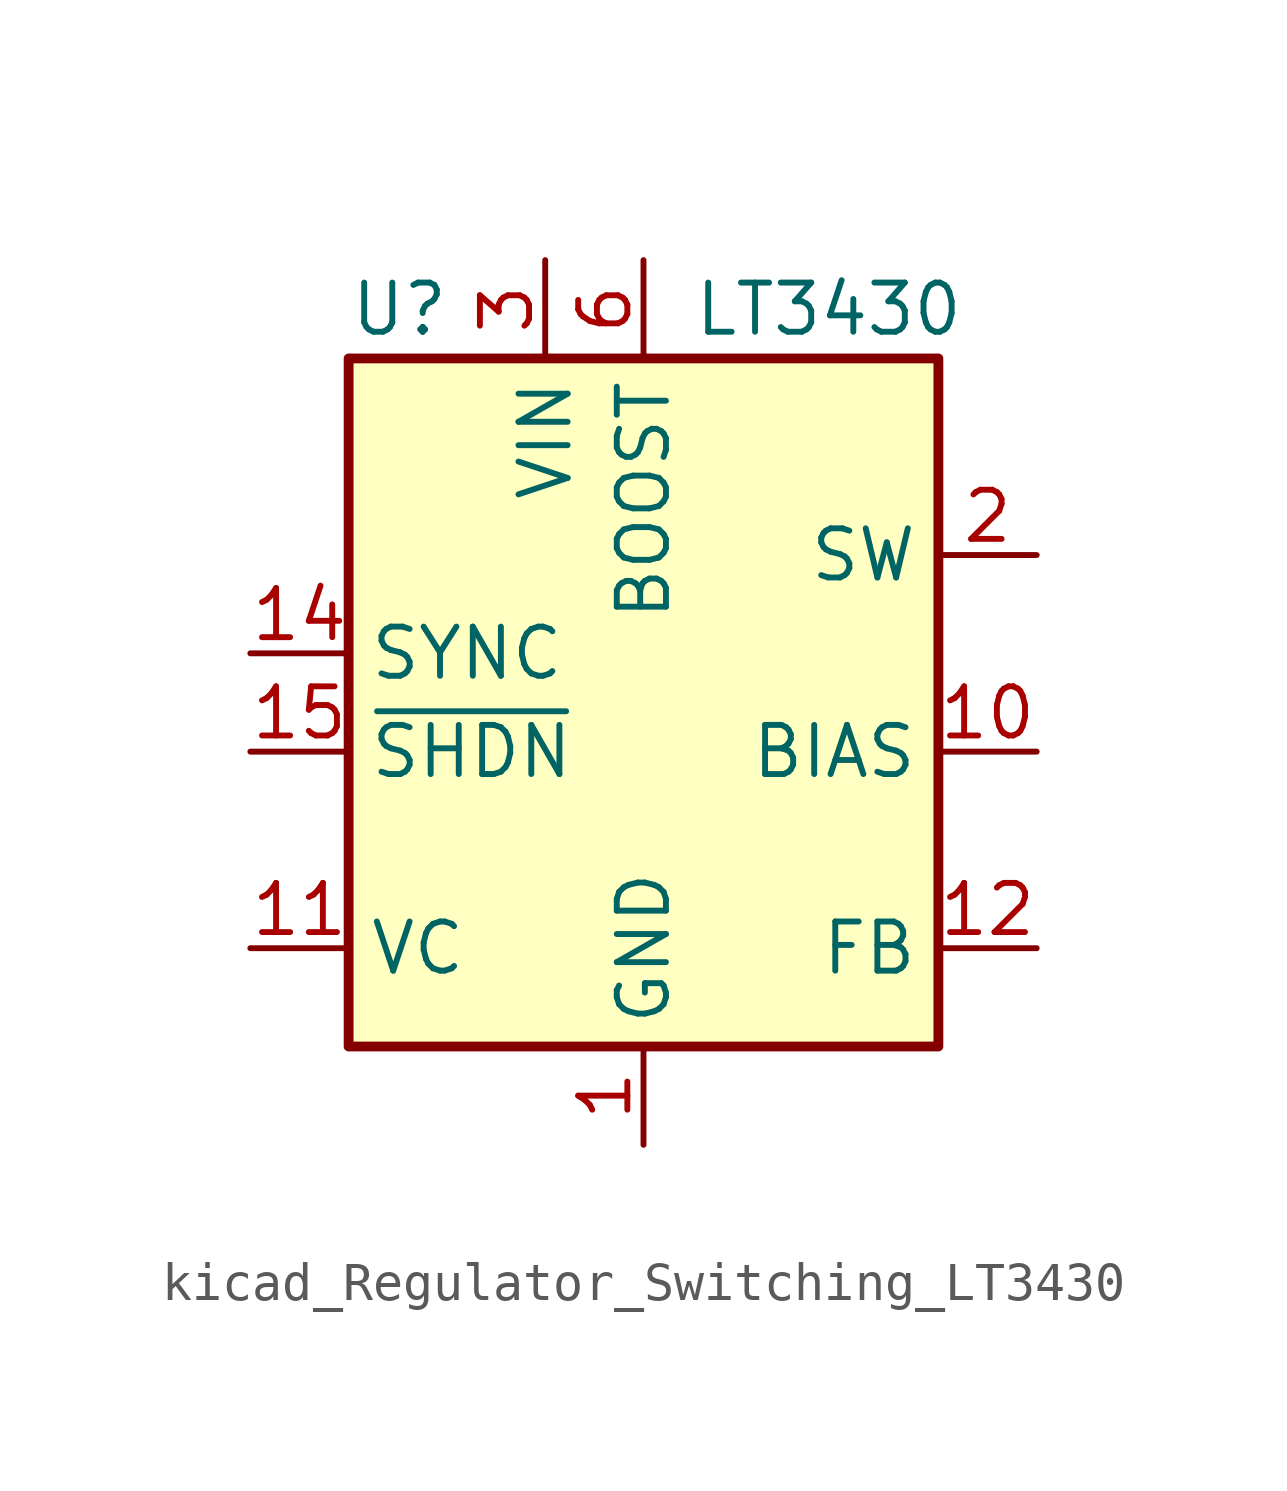
<source format=kicad_sym>
(kicad_symbol_lib
  (version 20220914)
  (generator kicad_symbol_editor)
  (symbol "kicad_Regulator_Switching_LT3430"
    (property "Reference" "U"
      (at -7.62 8.89 0)
      (effects (font (size 1.27 1.27)) (justify left)))
    (property "Value" "LT3430"
      (at 1.27 8.89 0)
      (effects (font (size 1.27 1.27)) (justify left)))
    (symbol "kicad_Regulator_Switching_LT3430_0_1"
      (rectangle (start -7.62 7.62) (end 7.62 -10.16) (stroke (width 0.254) (type default)) (fill (type background))))
    (symbol "kicad_Regulator_Switching_LT3430_1_1"
      (pin power_in line (at 0 -12.7 90) (length 2.54) (name "GND" (effects (font (size 1.27 1.27)))) (number "1" (effects (font (size 1.27 1.27)))))
      (pin input line (at 10.16 -2.54 180) (length 2.54) (name "BIAS" (effects (font (size 1.27 1.27)))) (number "10" (effects (font (size 1.27 1.27)))))
      (pin input line (at -10.16 -7.62 0) (length 2.54) (name "VC" (effects (font (size 1.27 1.27)))) (number "11" (effects (font (size 1.27 1.27)))))
      (pin input line (at 10.16 -7.62 180) (length 2.54) (name "FB" (effects (font (size 1.27 1.27)))) (number "12" (effects (font (size 1.27 1.27)))))
      (pin input line (at -10.16 0 0) (length 2.54) (name "SYNC" (effects (font (size 1.27 1.27)))) (number "14" (effects (font (size 1.27 1.27)))))
      (pin input line (at -10.16 -2.54 0) (length 2.54) (name "~{SHDN}" (effects (font (size 1.27 1.27)))) (number "15" (effects (font (size 1.27 1.27)))))
      (pin passive line (at 0 -12.7 90) (length 2.54) hide (name "GND" (effects (font (size 1.27 1.27)))) (number "16" (effects (font (size 1.27 1.27)))))
      (pin passive line (at 0 -12.7 90) (length 2.54) hide (name "GND" (effects (font (size 1.27 1.27)))) (number "17" (effects (font (size 1.27 1.27)))))
      (pin output line (at 10.16 2.54 180) (length 2.54) (name "SW" (effects (font (size 1.27 1.27)))) (number "2" (effects (font (size 1.27 1.27)))))
      (pin power_in line (at -2.54 10.16 270) (length 2.54) (name "VIN" (effects (font (size 1.27 1.27)))) (number "3" (effects (font (size 1.27 1.27)))))
      (pin passive line (at -2.54 10.16 270) (length 2.54) hide (name "VIN" (effects (font (size 1.27 1.27)))) (number "4" (effects (font (size 1.27 1.27)))))
      (pin passive line (at 10.16 2.54 180) (length 2.54) hide (name "SW" (effects (font (size 1.27 1.27)))) (number "5" (effects (font (size 1.27 1.27)))))
      (pin input line (at 0 10.16 270) (length 2.54) (name "BOOST" (effects (font (size 1.27 1.27)))) (number "6" (effects (font (size 1.27 1.27)))))
      (pin passive line (at 0 -12.7 90) (length 2.54) hide (name "GND" (effects (font (size 1.27 1.27)))) (number "8" (effects (font (size 1.27 1.27)))))
      (pin passive line (at 0 -12.7 90) (length 2.54) hide (name "GND" (effects (font (size 1.27 1.27)))) (number "9" (effects (font (size 1.27 1.27))))))))
</source>
